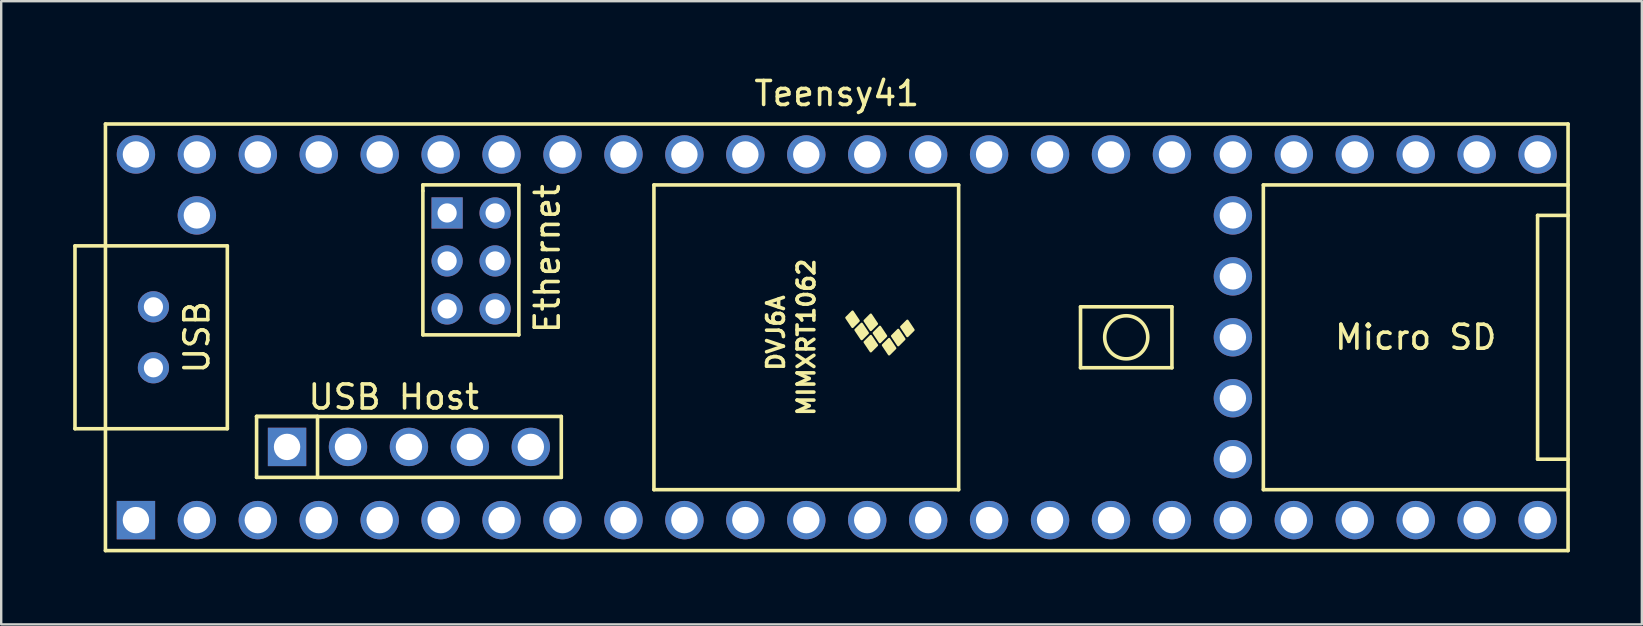
<source format=kicad_pcb>
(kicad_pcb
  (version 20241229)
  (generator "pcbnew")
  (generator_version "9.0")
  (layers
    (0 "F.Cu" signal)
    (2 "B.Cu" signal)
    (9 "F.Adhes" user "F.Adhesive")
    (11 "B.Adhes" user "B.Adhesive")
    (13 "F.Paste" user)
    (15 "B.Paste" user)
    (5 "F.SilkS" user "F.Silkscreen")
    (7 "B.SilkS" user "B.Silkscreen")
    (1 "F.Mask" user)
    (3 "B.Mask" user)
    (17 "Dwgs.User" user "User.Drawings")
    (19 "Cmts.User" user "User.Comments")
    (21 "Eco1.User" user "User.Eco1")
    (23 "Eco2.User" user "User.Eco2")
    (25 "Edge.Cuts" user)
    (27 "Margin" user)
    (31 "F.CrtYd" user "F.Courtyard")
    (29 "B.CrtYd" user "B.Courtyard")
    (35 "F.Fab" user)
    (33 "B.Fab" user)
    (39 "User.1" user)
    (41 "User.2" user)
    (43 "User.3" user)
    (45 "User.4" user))
  (footprint "Teensy41"
    (layer "F.Cu")
    (at 31.825 11.008)
    (property "Reference" "Teensy41" (at 0 -10.16 0) (layer "F.SilkS") (effects (font (size 1 1) (thickness 0.15))))
    (attr through_hole)
    (fp_line (start -31.75 -3.81) (end -30.48 -3.81) (stroke (width 0.15) (type solid)) (layer "F.SilkS"))
    (fp_line (start -31.75 3.81) (end -31.75 -3.81) (stroke (width 0.15) (type solid)) (layer "F.SilkS"))
    (fp_line (start -30.48 -8.89) (end 30.48 -8.89) (stroke (width 0.15) (type solid)) (layer "F.SilkS"))
    (fp_line (start -30.48 3.81) (end -31.75 3.81) (stroke (width 0.15) (type solid)) (layer "F.SilkS"))
    (fp_line (start -30.48 8.89) (end -30.48 -8.89) (stroke (width 0.15) (type solid)) (layer "F.SilkS"))
    (fp_line (start -25.4 -3.81) (end -30.48 -3.81) (stroke (width 0.15) (type solid)) (layer "F.SilkS"))
    (fp_line (start -25.4 3.81) (end -30.48 3.81) (stroke (width 0.15) (type solid)) (layer "F.SilkS"))
    (fp_line (start -25.4 3.81) (end -25.4 -3.81) (stroke (width 0.15) (type solid)) (layer "F.SilkS"))
    (fp_line (start -24.181 3.299) (end -21.641 3.299) (stroke (width 0.15) (type solid)) (layer "F.SilkS"))
    (fp_line (start -24.181 3.299) (end -11.481 3.299) (stroke (width 0.15) (type solid)) (layer "F.SilkS"))
    (fp_line (start -24.181 5.839) (end -24.181 3.299) (stroke (width 0.15) (type solid)) (layer "F.SilkS"))
    (fp_line (start -21.641 3.299) (end -21.641 5.839) (stroke (width 0.15) (type solid)) (layer "F.SilkS"))
    (fp_line (start -17.25 -6.352) (end -17.25 -6.102) (stroke (width 0.15) (type solid)) (layer "F.SilkS"))
    (fp_line (start -17.25 -6.102) (end -17.25 -0.102) (stroke (width 0.15) (type solid)) (layer "F.SilkS"))
    (fp_line (start -17.25 -0.102) (end -13.25 -0.102) (stroke (width 0.15) (type solid)) (layer "F.SilkS"))
    (fp_line (start -13.25 -6.352) (end -17.25 -6.352) (stroke (width 0.15) (type solid)) (layer "F.SilkS"))
    (fp_line (start -13.25 -0.102) (end -13.25 -6.352) (stroke (width 0.15) (type solid)) (layer "F.SilkS"))
    (fp_line (start -11.481 3.299) (end -11.481 5.839) (stroke (width 0.15) (type solid)) (layer "F.SilkS"))
    (fp_line (start -11.481 5.839) (end -24.181 5.839) (stroke (width 0.15) (type solid)) (layer "F.SilkS"))
    (fp_line (start -7.62 -6.35) (end -7.62 6.35) (stroke (width 0.15) (type solid)) (layer "F.SilkS"))
    (fp_line (start -7.62 6.35) (end 5.08 6.35) (stroke (width 0.15) (type solid)) (layer "F.SilkS"))
    (fp_line (start 5.08 -6.35) (end -7.62 -6.35) (stroke (width 0.15) (type solid)) (layer "F.SilkS"))
    (fp_line (start 5.08 6.35) (end 5.08 -6.35) (stroke (width 0.15) (type solid)) (layer "F.SilkS"))
    (fp_line (start 10.16 -1.27) (end 13.97 -1.27) (stroke (width 0.15) (type solid)) (layer "F.SilkS"))
    (fp_line (start 10.16 1.27) (end 10.16 -1.27) (stroke (width 0.15) (type solid)) (layer "F.SilkS"))
    (fp_line (start 13.97 -1.27) (end 13.97 1.27) (stroke (width 0.15) (type solid)) (layer "F.SilkS"))
    (fp_line (start 13.97 1.27) (end 10.16 1.27) (stroke (width 0.15) (type solid)) (layer "F.SilkS"))
    (fp_line (start 17.78 -6.35) (end 17.78 6.35) (stroke (width 0.15) (type solid)) (layer "F.SilkS"))
    (fp_line (start 17.78 6.35) (end 30.48 6.35) (stroke (width 0.15) (type solid)) (layer "F.SilkS"))
    (fp_line (start 29.21 -5.08) (end 29.21 5.08) (stroke (width 0.15) (type solid)) (layer "F.SilkS"))
    (fp_line (start 29.21 5.08) (end 30.48 5.08) (stroke (width 0.15) (type solid)) (layer "F.SilkS"))
    (fp_line (start 30.48 -8.89) (end 30.48 8.89) (stroke (width 0.15) (type solid)) (layer "F.SilkS"))
    (fp_line (start 30.48 -6.35) (end 17.78 -6.35) (stroke (width 0.15) (type solid)) (layer "F.SilkS"))
    (fp_line (start 30.48 -5.08) (end 29.21 -5.08) (stroke (width 0.15) (type solid)) (layer "F.SilkS"))
    (fp_line (start 30.48 8.89) (end -30.48 8.89) (stroke (width 0.15) (type solid)) (layer "F.SilkS"))
    (fp_circle (center 12.065 0) (end 12.7 -0.635) (stroke (width 0.15) (type solid)) (fill no) (layer "F.SilkS"))
    (fp_poly (pts (xy 0.911 -0.688) (xy 0.657 -0.434) (xy 0.403 -0.815) (xy 0.657 -1.069)) (stroke (width 0.1) (type solid)) (fill yes) (layer "F.SilkS"))
    (fp_poly (pts (xy 1.292 -0.18) (xy 1.038 0.074) (xy 0.784 -0.307) (xy 1.038 -0.561)) (stroke (width 0.1) (type solid)) (fill yes) (layer "F.SilkS"))
    (fp_poly (pts (xy 1.673 -0.561) (xy 1.419 -0.307) (xy 1.165 -0.688) (xy 1.419 -0.942)) (stroke (width 0.1) (type solid)) (fill yes) (layer "F.SilkS"))
    (fp_poly (pts (xy 1.673 0.328) (xy 1.419 0.582) (xy 1.165 0.201) (xy 1.419 -0.053)) (stroke (width 0.1) (type solid)) (fill yes) (layer "F.SilkS"))
    (fp_poly (pts (xy 2.054 -0.053) (xy 1.8 0.201) (xy 1.546 -0.18) (xy 1.8 -0.434)) (stroke (width 0.1) (type solid)) (fill yes) (layer "F.SilkS"))
    (fp_poly (pts (xy 2.435 0.455) (xy 2.181 0.709) (xy 1.927 0.328) (xy 2.181 0.074)) (stroke (width 0.1) (type solid)) (fill yes) (layer "F.SilkS"))
    (fp_poly (pts (xy 2.816 0.074) (xy 2.562 0.328) (xy 2.308 -0.053) (xy 2.562 -0.307)) (stroke (width 0.1) (type solid)) (fill yes) (layer "F.SilkS"))
    (fp_poly (pts (xy 3.197 -0.307) (xy 2.943 -0.053) (xy 2.689 -0.434) (xy 2.943 -0.688)) (stroke (width 0.1) (type solid)) (fill yes) (layer "F.SilkS"))
    (fp_text user "DVJ6A" (at -2.54 -0.18 270) (layer "F.SilkS") (effects (font (size 0.7 0.7) (thickness 0.15))))
    (fp_text user "MIMXRT1062" (at -1.27 0 270) (layer "F.SilkS") (effects (font (size 0.7 0.7) (thickness 0.15))))
    (fp_text user "USB Host" (at -18.466 2.489 0) (layer "F.SilkS") (effects (font (size 1 1) (thickness 0.15))))
    (fp_text user "Micro SD" (at 24.13 0 0) (layer "F.SilkS") (effects (font (size 1 1) (thickness 0.15))))
    (fp_text user "Ethernet" (at -12.065 -3.277 90) (layer "F.SilkS") (effects (font (size 1 1) (thickness 0.15))))
    (fp_text user "USB" (at -26.67 0 270) (layer "F.SilkS") (effects (font (size 1 1) (thickness 0.15))))
    (pad "1" thru_hole rect (at -29.21 7.62) (size 1.6 1.6) (drill 1.1) (layers "*.Cu" "*.Mask"))
    (pad "2" thru_hole circle (at -26.67 7.62) (size 1.6 1.6) (drill 1.1) (layers "*.Cu" "*.Mask"))
    (pad "3" thru_hole circle (at -24.13 7.62) (size 1.6 1.6) (drill 1.1) (layers "*.Cu" "*.Mask"))
    (pad "4" thru_hole circle (at -21.59 7.62) (size 1.6 1.6) (drill 1.1) (layers "*.Cu" "*.Mask"))
    (pad "5" thru_hole circle (at -19.05 7.62) (size 1.6 1.6) (drill 1.1) (layers "*.Cu" "*.Mask"))
    (pad "6" thru_hole circle (at -16.51 7.62) (size 1.6 1.6) (drill 1.1) (layers "*.Cu" "*.Mask"))
    (pad "7" thru_hole circle (at -13.97 7.62) (size 1.6 1.6) (drill 1.1) (layers "*.Cu" "*.Mask"))
    (pad "8" thru_hole circle (at -11.43 7.62) (size 1.6 1.6) (drill 1.1) (layers "*.Cu" "*.Mask"))
    (pad "9" thru_hole circle (at -8.89 7.62) (size 1.6 1.6) (drill 1.1) (layers "*.Cu" "*.Mask"))
    (pad "10" thru_hole circle (at -6.35 7.62) (size 1.6 1.6) (drill 1.1) (layers "*.Cu" "*.Mask"))
    (pad "11" thru_hole circle (at -3.81 7.62) (size 1.6 1.6) (drill 1.1) (layers "*.Cu" "*.Mask"))
    (pad "12" thru_hole circle (at -1.27 7.62) (size 1.6 1.6) (drill 1.1) (layers "*.Cu" "*.Mask"))
    (pad "13" thru_hole circle (at 1.27 7.62) (size 1.6 1.6) (drill 1.1) (layers "*.Cu" "*.Mask"))
    (pad "14" thru_hole circle (at 3.81 7.62) (size 1.6 1.6) (drill 1.1) (layers "*.Cu" "*.Mask"))
    (pad "15" thru_hole circle (at 6.35 7.62) (size 1.6 1.6) (drill 1.1) (layers "*.Cu" "*.Mask"))
    (pad "16" thru_hole circle (at 8.89 7.62) (size 1.6 1.6) (drill 1.1) (layers "*.Cu" "*.Mask"))
    (pad "17" thru_hole circle (at 11.43 7.62) (size 1.6 1.6) (drill 1.1) (layers "*.Cu" "*.Mask"))
    (pad "18" thru_hole circle (at 13.97 7.62) (size 1.6 1.6) (drill 1.1) (layers "*.Cu" "*.Mask"))
    (pad "19" thru_hole circle (at 16.51 7.62) (size 1.6 1.6) (drill 1.1) (layers "*.Cu" "*.Mask"))
    (pad "20" thru_hole circle (at 19.05 7.62) (size 1.6 1.6) (drill 1.1) (layers "*.Cu" "*.Mask"))
    (pad "21" thru_hole circle (at 21.59 7.62) (size 1.6 1.6) (drill 1.1) (layers "*.Cu" "*.Mask"))
    (pad "22" thru_hole circle (at 24.13 7.62) (size 1.6 1.6) (drill 1.1) (layers "*.Cu" "*.Mask"))
    (pad "23" thru_hole circle (at 26.67 7.62) (size 1.6 1.6) (drill 1.1) (layers "*.Cu" "*.Mask"))
    (pad "24" thru_hole circle (at 29.21 7.62) (size 1.6 1.6) (drill 1.1) (layers "*.Cu" "*.Mask"))
    (pad "25" thru_hole circle (at 29.21 -7.62) (size 1.6 1.6) (drill 1.1) (layers "*.Cu" "*.Mask"))
    (pad "26" thru_hole circle (at 26.67 -7.62) (size 1.6 1.6) (drill 1.1) (layers "*.Cu" "*.Mask"))
    (pad "27" thru_hole circle (at 24.13 -7.62) (size 1.6 1.6) (drill 1.1) (layers "*.Cu" "*.Mask"))
    (pad "28" thru_hole circle (at 21.59 -7.62) (size 1.6 1.6) (drill 1.1) (layers "*.Cu" "*.Mask"))
    (pad "29" thru_hole circle (at 19.05 -7.62) (size 1.6 1.6) (drill 1.1) (layers "*.Cu" "*.Mask"))
    (pad "30" thru_hole circle (at 16.51 -7.62) (size 1.6 1.6) (drill 1.1) (layers "*.Cu" "*.Mask"))
    (pad "31" thru_hole circle (at 13.97 -7.62) (size 1.6 1.6) (drill 1.1) (layers "*.Cu" "*.Mask"))
    (pad "32" thru_hole circle (at 11.43 -7.62) (size 1.6 1.6) (drill 1.1) (layers "*.Cu" "*.Mask"))
    (pad "33" thru_hole circle (at 8.89 -7.62) (size 1.6 1.6) (drill 1.1) (layers "*.Cu" "*.Mask"))
    (pad "34" thru_hole circle (at 6.35 -7.62) (size 1.6 1.6) (drill 1.1) (layers "*.Cu" "*.Mask"))
    (pad "35" thru_hole circle (at 3.81 -7.62) (size 1.6 1.6) (drill 1.1) (layers "*.Cu" "*.Mask"))
    (pad "36" thru_hole circle (at 1.27 -7.62) (size 1.6 1.6) (drill 1.1) (layers "*.Cu" "*.Mask"))
    (pad "37" thru_hole circle (at -1.27 -7.62) (size 1.6 1.6) (drill 1.1) (layers "*.Cu" "*.Mask"))
    (pad "38" thru_hole circle (at -3.81 -7.62) (size 1.6 1.6) (drill 1.1) (layers "*.Cu" "*.Mask"))
    (pad "39" thru_hole circle (at -6.35 -7.62) (size 1.6 1.6) (drill 1.1) (layers "*.Cu" "*.Mask"))
    (pad "40" thru_hole circle (at -8.89 -7.62) (size 1.6 1.6) (drill 1.1) (layers "*.Cu" "*.Mask"))
    (pad "41" thru_hole circle (at -11.43 -7.62) (size 1.6 1.6) (drill 1.1) (layers "*.Cu" "*.Mask"))
    (pad "42" thru_hole circle (at -13.97 -7.62) (size 1.6 1.6) (drill 1.1) (layers "*.Cu" "*.Mask"))
    (pad "43" thru_hole circle (at -16.51 -7.62) (size 1.6 1.6) (drill 1.1) (layers "*.Cu" "*.Mask"))
    (pad "44" thru_hole circle (at -19.05 -7.62) (size 1.6 1.6) (drill 1.1) (layers "*.Cu" "*.Mask"))
    (pad "45" thru_hole circle (at -21.59 -7.62) (size 1.6 1.6) (drill 1.1) (layers "*.Cu" "*.Mask"))
    (pad "46" thru_hole circle (at -24.13 -7.62) (size 1.6 1.6) (drill 1.1) (layers "*.Cu" "*.Mask"))
    (pad "47" thru_hole circle (at -26.67 -7.62) (size 1.6 1.6) (drill 1.1) (layers "*.Cu" "*.Mask"))
    (pad "48" thru_hole circle (at -29.21 -7.62) (size 1.6 1.6) (drill 1.1) (layers "*.Cu" "*.Mask"))
    (pad "49" thru_hole circle (at -26.67 -5.08) (size 1.6 1.6) (drill 1.1) (layers "*.Cu" "*.Mask"))
    (pad "50" thru_hole circle (at 16.51 5.08) (size 1.6 1.6) (drill 1.1) (layers "*.Cu" "*.Mask"))
    (pad "51" thru_hole circle (at 16.51 2.54) (size 1.6 1.6) (drill 1.1) (layers "*.Cu" "*.Mask"))
    (pad "52" thru_hole circle (at 16.51 0) (size 1.6 1.6) (drill 1.1) (layers "*.Cu" "*.Mask"))
    (pad "53" thru_hole circle (at 16.51 -2.54) (size 1.6 1.6) (drill 1.1) (layers "*.Cu" "*.Mask"))
    (pad "54" thru_hole circle (at 16.51 -5.08) (size 1.6 1.6) (drill 1.1) (layers "*.Cu" "*.Mask"))
    (pad "55" thru_hole rect (at -22.911 4.569) (size 1.6 1.6) (drill 1.1) (layers "*.Cu" "*.Mask"))
    (pad "56" thru_hole circle (at -20.371 4.569) (size 1.6 1.6) (drill 1.1) (layers "*.Cu" "*.Mask"))
    (pad "57" thru_hole circle (at -17.831 4.569) (size 1.6 1.6) (drill 1.1) (layers "*.Cu" "*.Mask"))
    (pad "58" thru_hole circle (at -15.291 4.569) (size 1.6 1.6) (drill 1.1) (layers "*.Cu" "*.Mask"))
    (pad "59" thru_hole circle (at -12.751 4.569) (size 1.6 1.6) (drill 1.1) (layers "*.Cu" "*.Mask"))
    (pad "60" thru_hole rect (at -16.24 -5.182) (size 1.3 1.3) (drill 0.8) (layers "*.Cu" "*.Mask"))
    (pad "61" thru_hole circle (at -16.24 -3.182) (size 1.3 1.3) (drill 0.8) (layers "*.Cu" "*.Mask"))
    (pad "62" thru_hole circle (at -16.24 -1.182) (size 1.3 1.3) (drill 0.8) (layers "*.Cu" "*.Mask"))
    (pad "63" thru_hole circle (at -14.24 -1.182) (size 1.3 1.3) (drill 0.8) (layers "*.Cu" "*.Mask"))
    (pad "64" thru_hole circle (at -14.24 -3.182) (size 1.3 1.3) (drill 0.8) (layers "*.Cu" "*.Mask"))
    (pad "65" thru_hole circle (at -14.24 -5.182) (size 1.3 1.3) (drill 0.8) (layers "*.Cu" "*.Mask"))
    (pad "66" thru_hole circle (at -28.48 -1.27) (size 1.3 1.3) (drill 0.8) (layers "*.Cu" "*.Mask"))
    (pad "67" thru_hole circle (at -28.48 1.27) (size 1.3 1.3) (drill 0.8) (layers "*.Cu" "*.Mask")))
  (gr_rect
    (start -3 -3)
    (end 65.38 22.973)
    (stroke (width 0.1) (type default))
    (fill no)
    (layer "Edge.Cuts")))
</source>
